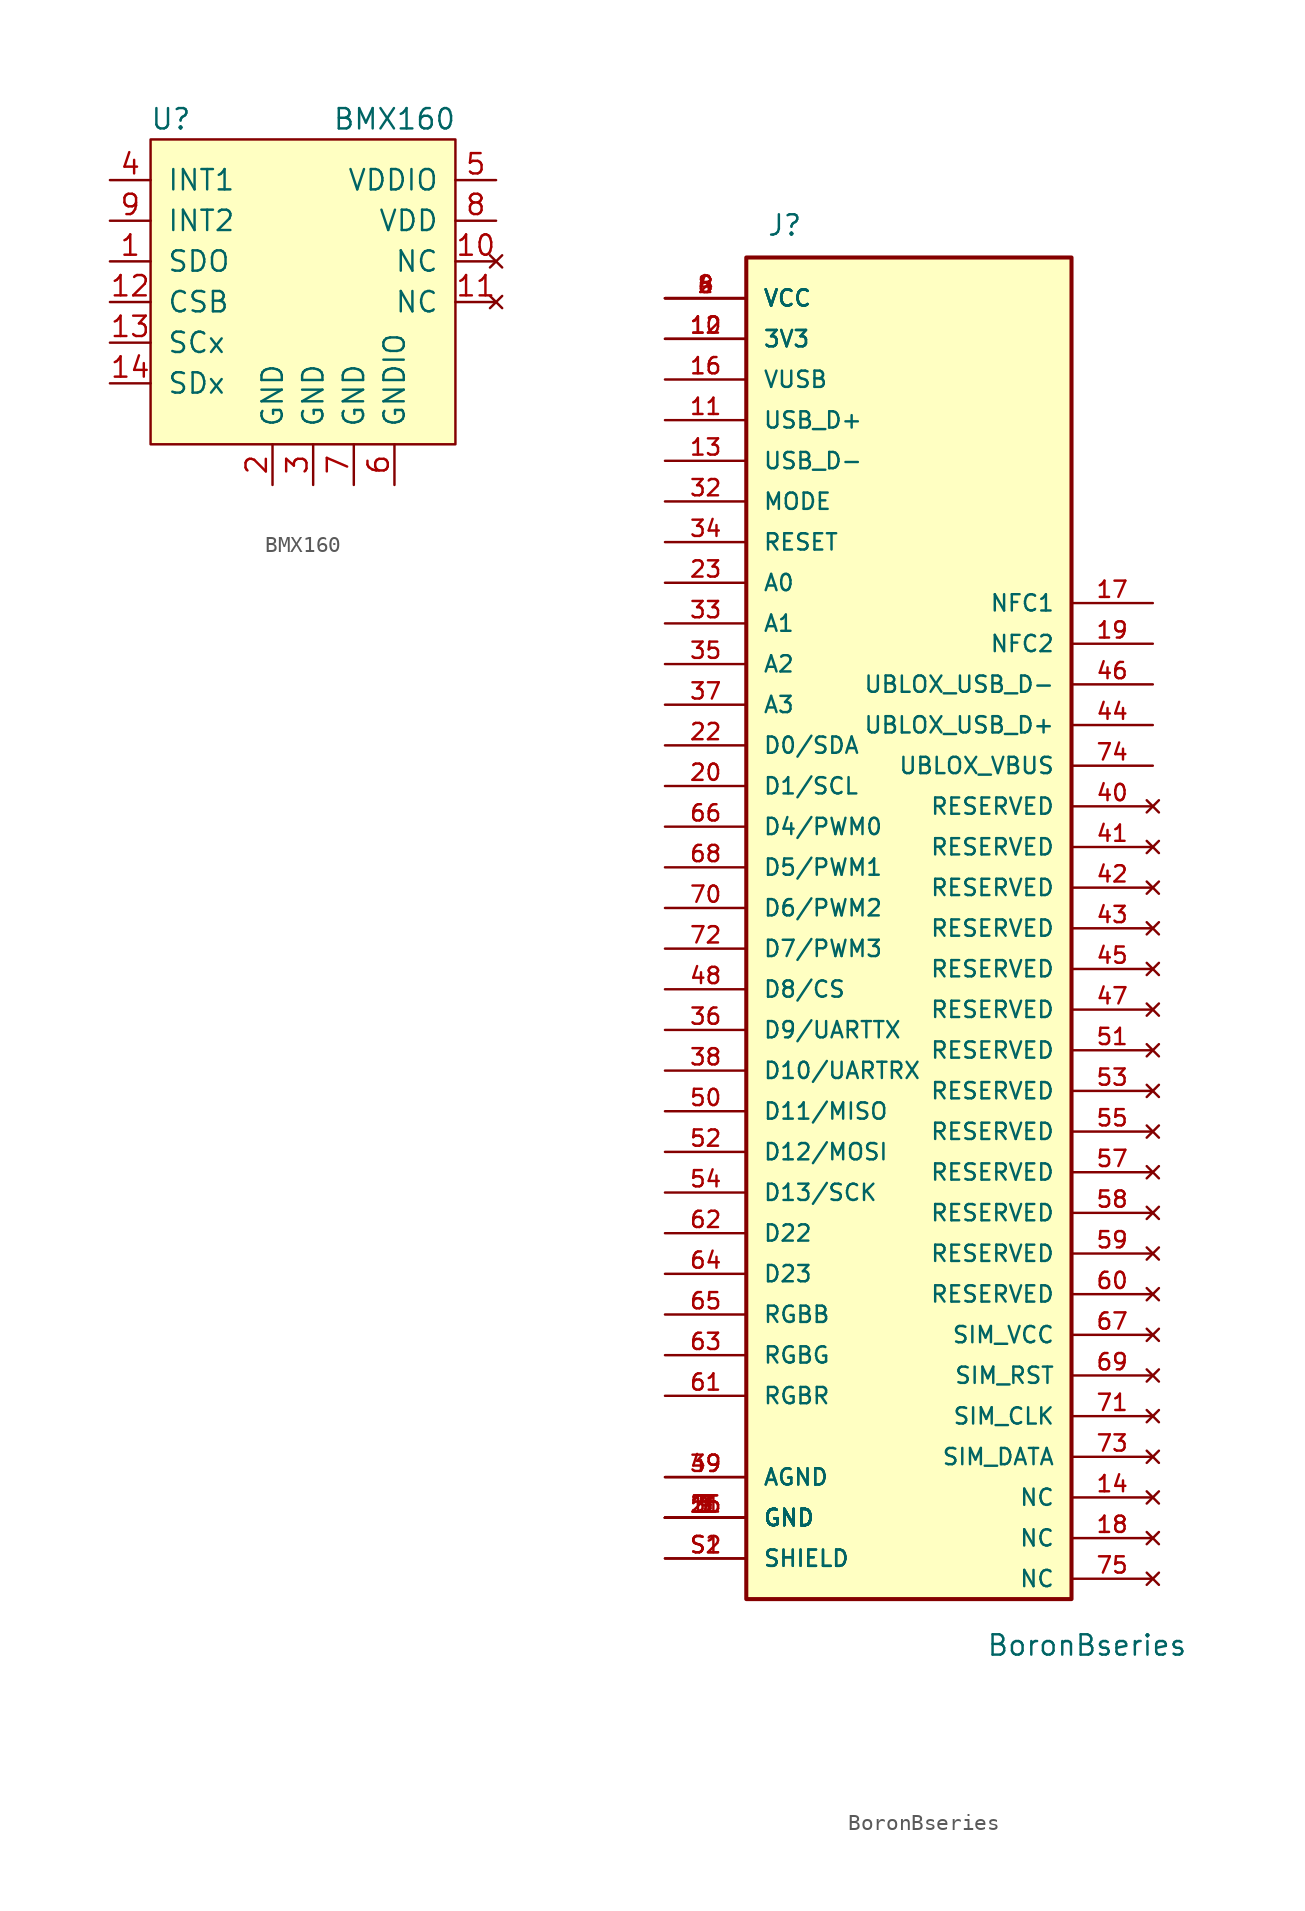
<source format=kicad_sym>
(kicad_symbol_lib
  (version 20211014)
  (generator kicad_symbol_editor)
  (symbol "BMX160"
    (pin_names
      (offset 1.016))
    (property "Reference" "U"
      (at 1.27 20.32 0)
      (effects (font (size 1.27 1.27))))
    (property "Value" "BMX160"
      (at 15.24 20.32 0)
      (effects (font (size 1.27 1.27))))
    (symbol "BMX160_0_1"
      (rectangle (start 0 0) (end 19.05 19.05) (stroke (width 0) (type default) (color 0 0 0 0)) (fill (type background))))
    (symbol "BMX160_1_1"
      (pin input line (at -2.54 11.43 0) (length 2.54) (name "SDO" (effects (font (size 1.27 1.27)))) (number "1" (effects (font (size 1.27 1.27)))))
      (pin no_connect line (at 21.59 11.43 180) (length 2.54) (name "NC" (effects (font (size 1.27 1.27)))) (number "10" (effects (font (size 1.27 1.27)))))
      (pin no_connect line (at 21.59 8.89 180) (length 2.54) (name "NC" (effects (font (size 1.27 1.27)))) (number "11" (effects (font (size 1.27 1.27)))))
      (pin input line (at -2.54 8.89 0) (length 2.54) (name "CSB" (effects (font (size 1.27 1.27)))) (number "12" (effects (font (size 1.27 1.27)))))
      (pin input line (at -2.54 6.35 0) (length 2.54) (name "SCx" (effects (font (size 1.27 1.27)))) (number "13" (effects (font (size 1.27 1.27)))))
      (pin input line (at -2.54 3.81 0) (length 2.54) (name "SDx" (effects (font (size 1.27 1.27)))) (number "14" (effects (font (size 1.27 1.27)))))
      (pin power_in line (at 7.62 -2.54 90) (length 2.54) (name "GND" (effects (font (size 1.27 1.27)))) (number "2" (effects (font (size 1.27 1.27)))))
      (pin power_in line (at 10.16 -2.54 90) (length 2.54) (name "GND" (effects (font (size 1.27 1.27)))) (number "3" (effects (font (size 1.27 1.27)))))
      (pin input line (at -2.54 16.51 0) (length 2.54) (name "INT1" (effects (font (size 1.27 1.27)))) (number "4" (effects (font (size 1.27 1.27)))))
      (pin power_in line (at 21.59 16.51 180) (length 2.54) (name "VDDIO" (effects (font (size 1.27 1.27)))) (number "5" (effects (font (size 1.27 1.27)))))
      (pin power_in line (at 15.24 -2.54 90) (length 2.54) (name "GNDIO" (effects (font (size 1.27 1.27)))) (number "6" (effects (font (size 1.27 1.27)))))
      (pin power_in line (at 12.7 -2.54 90) (length 2.54) (name "GND" (effects (font (size 1.27 1.27)))) (number "7" (effects (font (size 1.27 1.27)))))
      (pin power_in line (at 21.59 13.97 180) (length 2.54) (name "VDD" (effects (font (size 1.27 1.27)))) (number "8" (effects (font (size 1.27 1.27)))))
      (pin input line (at -2.54 13.97 0) (length 2.54) (name "INT2" (effects (font (size 1.27 1.27)))) (number "9" (effects (font (size 1.27 1.27)))))))
  (symbol "BoronBseries"
    (pin_names
      (offset 1.016))
    (property "Reference" "J"
      (at 1.27 85.09 0)
      (effects (font (size 1.27 1.27)) (justify left bottom)))
    (property "Value" "BoronBseries"
      (at 14.986 -3.632 0)
      (effects (font (size 1.27 1.27)) (justify left bottom)))
    (symbol "BoronBseries_0_0"
      (rectangle (start 20.32 0) (end 0 83.82) (stroke (width 0.254) (type default) (color 0 0 0 0)) (fill (type background)))
      (pin passive line (at -5.08 5.08 0) (length 5.08) (name "GND" (effects (font (size 1.016 1.016)))) (number "1" (effects (font (size 1.016 1.016)))))
      (pin passive line (at -5.08 78.74 0) (length 5.08) (name "3V3" (effects (font (size 1.016 1.016)))) (number "10" (effects (font (size 1.016 1.016)))))
      (pin passive line (at -5.08 73.66 0) (length 5.08) (name "USB_D+" (effects (font (size 1.016 1.016)))) (number "11" (effects (font (size 1.016 1.016)))))
      (pin passive line (at -5.08 78.74 0) (length 5.08) (name "3V3" (effects (font (size 1.016 1.016)))) (number "12" (effects (font (size 1.016 1.016)))))
      (pin passive line (at -5.08 71.12 0) (length 5.08) (name "USB_D-" (effects (font (size 1.016 1.016)))) (number "13" (effects (font (size 1.016 1.016)))))
      (pin no_connect line (at 25.4 6.35 180) (length 5.08) (name "NC" (effects (font (size 1.016 1.016)))) (number "14" (effects (font (size 1.016 1.016)))))
      (pin passive line (at -5.08 5.08 0) (length 5.08) (name "GND" (effects (font (size 1.016 1.016)))) (number "15" (effects (font (size 1.016 1.016)))))
      (pin passive line (at -5.08 76.2 0) (length 5.08) (name "VUSB" (effects (font (size 1.016 1.016)))) (number "16" (effects (font (size 1.016 1.016)))))
      (pin passive line (at 25.4 62.23 180) (length 5.08) (name "NFC1" (effects (font (size 1.016 1.016)))) (number "17" (effects (font (size 1.016 1.016)))))
      (pin no_connect line (at 25.4 3.81 180) (length 5.08) (name "NC" (effects (font (size 1.016 1.016)))) (number "18" (effects (font (size 1.016 1.016)))))
      (pin passive line (at 25.4 59.69 180) (length 5.08) (name "NFC2" (effects (font (size 1.016 1.016)))) (number "19" (effects (font (size 1.016 1.016)))))
      (pin passive line (at -5.08 81.28 0) (length 5.08) (name "VCC" (effects (font (size 1.016 1.016)))) (number "2" (effects (font (size 1.016 1.016)))))
      (pin passive line (at -5.08 50.8 0) (length 5.08) (name "D1/SCL" (effects (font (size 1.016 1.016)))) (number "20" (effects (font (size 1.016 1.016)))))
      (pin passive line (at -5.08 5.08 0) (length 5.08) (name "GND" (effects (font (size 1.016 1.016)))) (number "21" (effects (font (size 1.016 1.016)))))
      (pin passive line (at -5.08 53.34 0) (length 5.08) (name "D0/SDA" (effects (font (size 1.016 1.016)))) (number "22" (effects (font (size 1.016 1.016)))))
      (pin passive line (at -5.08 63.5 0) (length 5.08) (name "A0" (effects (font (size 1.016 1.016)))) (number "23" (effects (font (size 1.016 1.016)))))
      (pin passive line (at -5.08 5.08 0) (length 5.08) (name "GND" (effects (font (size 1.016 1.016)))) (number "3" (effects (font (size 1.016 1.016)))))
      (pin passive line (at -5.08 68.58 0) (length 5.08) (name "MODE" (effects (font (size 1.016 1.016)))) (number "32" (effects (font (size 1.016 1.016)))))
      (pin passive line (at -5.08 60.96 0) (length 5.08) (name "A1" (effects (font (size 1.016 1.016)))) (number "33" (effects (font (size 1.016 1.016)))))
      (pin passive line (at -5.08 66.04 0) (length 5.08) (name "RESET" (effects (font (size 1.016 1.016)))) (number "34" (effects (font (size 1.016 1.016)))))
      (pin passive line (at -5.08 58.42 0) (length 5.08) (name "A2" (effects (font (size 1.016 1.016)))) (number "35" (effects (font (size 1.016 1.016)))))
      (pin passive line (at -5.08 35.56 0) (length 5.08) (name "D9/UARTTX" (effects (font (size 1.016 1.016)))) (number "36" (effects (font (size 1.016 1.016)))))
      (pin passive line (at -5.08 55.88 0) (length 5.08) (name "A3" (effects (font (size 1.016 1.016)))) (number "37" (effects (font (size 1.016 1.016)))))
      (pin passive line (at -5.08 33.02 0) (length 5.08) (name "D10/UARTRX" (effects (font (size 1.016 1.016)))) (number "38" (effects (font (size 1.016 1.016)))))
      (pin passive line (at -5.08 7.62 0) (length 5.08) (name "AGND" (effects (font (size 1.016 1.016)))) (number "39" (effects (font (size 1.016 1.016)))))
      (pin passive line (at -5.08 81.28 0) (length 5.08) (name "VCC" (effects (font (size 1.016 1.016)))) (number "4" (effects (font (size 1.016 1.016)))))
      (pin no_connect line (at 25.4 49.53 180) (length 5.08) (name "RESERVED" (effects (font (size 1.016 1.016)))) (number "40" (effects (font (size 1.016 1.016)))))
      (pin no_connect line (at 25.4 46.99 180) (length 5.08) (name "RESERVED" (effects (font (size 1.016 1.016)))) (number "41" (effects (font (size 1.016 1.016)))))
      (pin no_connect line (at 25.4 44.45 180) (length 5.08) (name "RESERVED" (effects (font (size 1.016 1.016)))) (number "42" (effects (font (size 1.016 1.016)))))
      (pin no_connect line (at 25.4 41.91 180) (length 5.08) (name "RESERVED" (effects (font (size 1.016 1.016)))) (number "43" (effects (font (size 1.016 1.016)))))
      (pin passive line (at 25.4 54.61 180) (length 5.08) (name "UBLOX_USB_D+" (effects (font (size 1.016 1.016)))) (number "44" (effects (font (size 1.016 1.016)))))
      (pin no_connect line (at 25.4 39.37 180) (length 5.08) (name "RESERVED" (effects (font (size 1.016 1.016)))) (number "45" (effects (font (size 1.016 1.016)))))
      (pin passive line (at 25.4 57.15 180) (length 5.08) (name "UBLOX_USB_D-" (effects (font (size 1.016 1.016)))) (number "46" (effects (font (size 1.016 1.016)))))
      (pin no_connect line (at 25.4 36.83 180) (length 5.08) (name "RESERVED" (effects (font (size 1.016 1.016)))) (number "47" (effects (font (size 1.016 1.016)))))
      (pin passive line (at -5.08 38.1 0) (length 5.08) (name "D8/CS" (effects (font (size 1.016 1.016)))) (number "48" (effects (font (size 1.016 1.016)))))
      (pin passive line (at -5.08 7.62 0) (length 5.08) (name "AGND" (effects (font (size 1.016 1.016)))) (number "49" (effects (font (size 1.016 1.016)))))
      (pin passive line (at -5.08 5.08 0) (length 5.08) (name "GND" (effects (font (size 1.016 1.016)))) (number "5" (effects (font (size 1.016 1.016)))))
      (pin passive line (at -5.08 30.48 0) (length 5.08) (name "D11/MISO" (effects (font (size 1.016 1.016)))) (number "50" (effects (font (size 1.016 1.016)))))
      (pin no_connect line (at 25.4 34.29 180) (length 5.08) (name "RESERVED" (effects (font (size 1.016 1.016)))) (number "51" (effects (font (size 1.016 1.016)))))
      (pin passive line (at -5.08 27.94 0) (length 5.08) (name "D12/MOSI" (effects (font (size 1.016 1.016)))) (number "52" (effects (font (size 1.016 1.016)))))
      (pin no_connect line (at 25.4 31.75 180) (length 5.08) (name "RESERVED" (effects (font (size 1.016 1.016)))) (number "53" (effects (font (size 1.016 1.016)))))
      (pin passive line (at -5.08 25.4 0) (length 5.08) (name "D13/SCK" (effects (font (size 1.016 1.016)))) (number "54" (effects (font (size 1.016 1.016)))))
      (pin no_connect line (at 25.4 29.21 180) (length 5.08) (name "RESERVED" (effects (font (size 1.016 1.016)))) (number "55" (effects (font (size 1.016 1.016)))))
      (pin passive line (at -5.08 5.08 0) (length 5.08) (name "GND" (effects (font (size 1.016 1.016)))) (number "56" (effects (font (size 1.016 1.016)))))
      (pin no_connect line (at 25.4 26.67 180) (length 5.08) (name "RESERVED" (effects (font (size 1.016 1.016)))) (number "57" (effects (font (size 1.016 1.016)))))
      (pin no_connect line (at 25.4 24.13 180) (length 5.08) (name "RESERVED" (effects (font (size 1.016 1.016)))) (number "58" (effects (font (size 1.016 1.016)))))
      (pin no_connect line (at 25.4 21.59 180) (length 5.08) (name "RESERVED" (effects (font (size 1.016 1.016)))) (number "59" (effects (font (size 1.016 1.016)))))
      (pin passive line (at -5.08 81.28 0) (length 5.08) (name "VCC" (effects (font (size 1.016 1.016)))) (number "6" (effects (font (size 1.016 1.016)))))
      (pin no_connect line (at 25.4 19.05 180) (length 5.08) (name "RESERVED" (effects (font (size 1.016 1.016)))) (number "60" (effects (font (size 1.016 1.016)))))
      (pin passive line (at -5.08 12.7 0) (length 5.08) (name "RGBR" (effects (font (size 1.016 1.016)))) (number "61" (effects (font (size 1.016 1.016)))))
      (pin passive line (at -5.08 22.86 0) (length 5.08) (name "D22" (effects (font (size 1.016 1.016)))) (number "62" (effects (font (size 1.016 1.016)))))
      (pin passive line (at -5.08 15.24 0) (length 5.08) (name "RGBG" (effects (font (size 1.016 1.016)))) (number "63" (effects (font (size 1.016 1.016)))))
      (pin passive line (at -5.08 20.32 0) (length 5.08) (name "D23" (effects (font (size 1.016 1.016)))) (number "64" (effects (font (size 1.016 1.016)))))
      (pin passive line (at -5.08 17.78 0) (length 5.08) (name "RGBB" (effects (font (size 1.016 1.016)))) (number "65" (effects (font (size 1.016 1.016)))))
      (pin passive line (at -5.08 48.26 0) (length 5.08) (name "D4/PWM0" (effects (font (size 1.016 1.016)))) (number "66" (effects (font (size 1.016 1.016)))))
      (pin no_connect line (at 25.4 16.51 180) (length 5.08) (name "SIM_VCC" (effects (font (size 1.016 1.016)))) (number "67" (effects (font (size 1.016 1.016)))))
      (pin passive line (at -5.08 45.72 0) (length 5.08) (name "D5/PWM1" (effects (font (size 1.016 1.016)))) (number "68" (effects (font (size 1.016 1.016)))))
      (pin no_connect line (at 25.4 13.97 180) (length 5.08) (name "SIM_RST" (effects (font (size 1.016 1.016)))) (number "69" (effects (font (size 1.016 1.016)))))
      (pin passive line (at -5.08 5.08 0) (length 5.08) (name "GND" (effects (font (size 1.016 1.016)))) (number "7" (effects (font (size 1.016 1.016)))))
      (pin passive line (at -5.08 43.18 0) (length 5.08) (name "D6/PWM2" (effects (font (size 1.016 1.016)))) (number "70" (effects (font (size 1.016 1.016)))))
      (pin no_connect line (at 25.4 11.43 180) (length 5.08) (name "SIM_CLK" (effects (font (size 1.016 1.016)))) (number "71" (effects (font (size 1.016 1.016)))))
      (pin passive line (at -5.08 40.64 0) (length 5.08) (name "D7/PWM3" (effects (font (size 1.016 1.016)))) (number "72" (effects (font (size 1.016 1.016)))))
      (pin no_connect line (at 25.4 8.89 180) (length 5.08) (name "SIM_DATA" (effects (font (size 1.016 1.016)))) (number "73" (effects (font (size 1.016 1.016)))))
      (pin passive line (at 25.4 52.07 180) (length 5.08) (name "UBLOX_VBUS" (effects (font (size 1.016 1.016)))) (number "74" (effects (font (size 1.016 1.016)))))
      (pin no_connect line (at 25.4 1.27 180) (length 5.08) (name "NC" (effects (font (size 1.016 1.016)))) (number "75" (effects (font (size 1.016 1.016)))))
      (pin passive line (at -5.08 81.28 0) (length 5.08) (name "VCC" (effects (font (size 1.016 1.016)))) (number "8" (effects (font (size 1.016 1.016)))))
      (pin passive line (at -5.08 5.08 0) (length 5.08) (name "GND" (effects (font (size 1.016 1.016)))) (number "9" (effects (font (size 1.016 1.016)))))
      (pin passive line (at -5.08 2.54 0) (length 5.08) (name "SHIELD" (effects (font (size 1.016 1.016)))) (number "S1" (effects (font (size 1.016 1.016)))))
      (pin passive line (at -5.08 2.54 0) (length 5.08) (name "SHIELD" (effects (font (size 1.016 1.016)))) (number "S2" (effects (font (size 1.016 1.016))))))))
</source>
